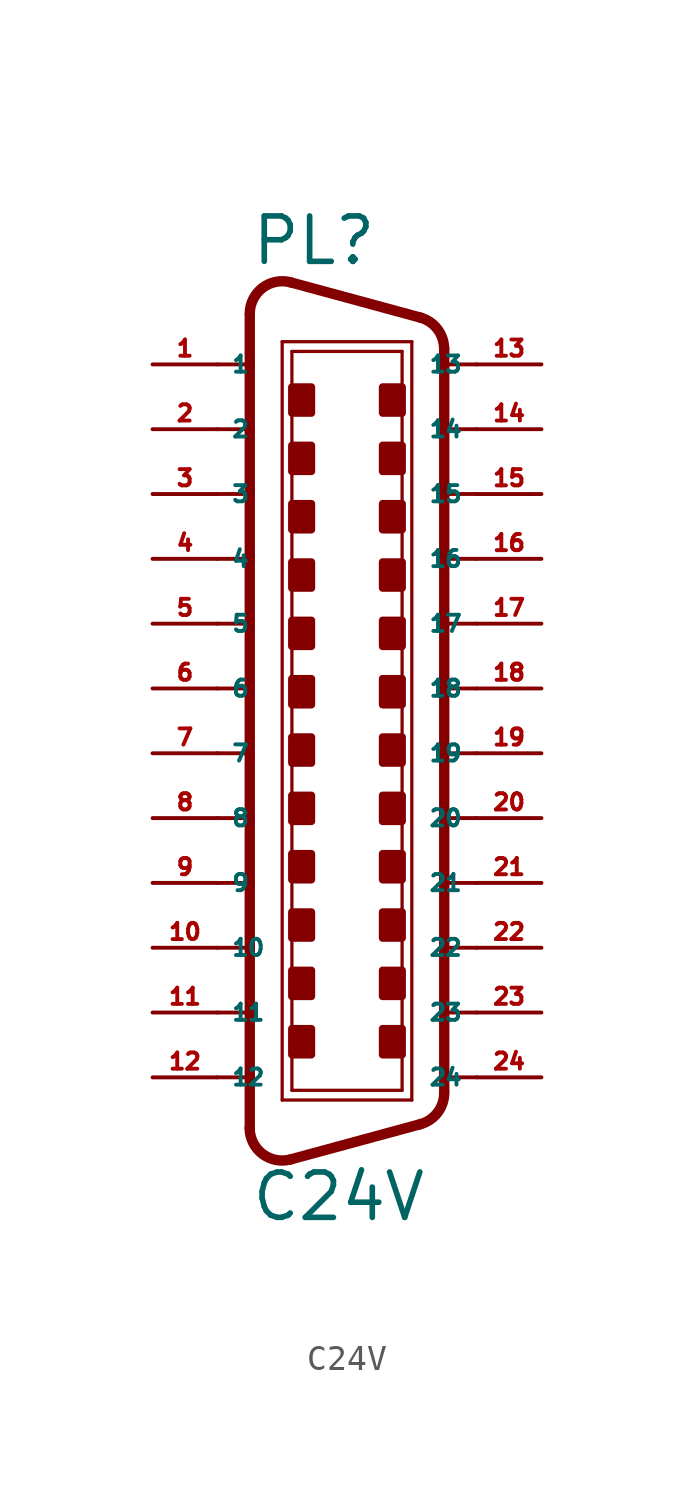
<source format=kicad_sym>
(kicad_symbol_lib
  (version 20220914)
  (generator Eagle2Kicad)
  (symbol "C24V"
    (property "Reference" "PL"
      (at -3.81 19.05 0)
      (effects (font (size 1.778 1.778) (thickness 0.22)) (justify left bottom)))
    (property "Value" "C24V"
      (at -3.81 -18.415 0)
      (effects (font (size 1.778 1.778) (thickness 0.22)) (justify left bottom)))
    (polyline
      (pts (xy -2.54 16.129) (xy 2.54 16.129))
      (stroke (width 0.127) (type default))
      (fill (type none)))
    (polyline
      (pts (xy -2.54 -13.589) (xy 2.54 -13.589))
      (stroke (width 0.127) (type default))
      (fill (type none)))
    (polyline
      (pts (xy -2.159 15.748) (xy 2.159 15.748))
      (stroke (width 0.127) (type default))
      (fill (type none)))
    (polyline
      (pts (xy 2.159 -13.208) (xy -2.159 -13.208))
      (stroke (width 0.127) (type default))
      (fill (type none)))
    (polyline
      (pts (xy 2.873 17.075) (xy -2.207 18.455))
      (stroke (width 0.406) (type default))
      (fill (type none)))
    (polyline
      (pts (xy 2.873 -14.535) (xy -2.207 -15.915))
      (stroke (width 0.406) (type default))
      (fill (type none)))
    (polyline
      (pts (xy -2.54 -13.589) (xy -2.54 16.129))
      (stroke (width 0.127) (type default))
      (fill (type none)))
    (polyline
      (pts (xy -3.81 17.184) (xy -3.81 15.24))
      (stroke (width 0.406) (type default))
      (fill (type none)))
    (polyline
      (pts (xy -3.81 15.24) (xy -3.81 12.7))
      (stroke (width 0.406) (type default))
      (fill (type none)))
    (polyline
      (pts (xy -3.81 12.7) (xy -3.81 10.16))
      (stroke (width 0.406) (type default))
      (fill (type none)))
    (polyline
      (pts (xy -3.81 10.16) (xy -3.81 7.62))
      (stroke (width 0.406) (type default))
      (fill (type none)))
    (polyline
      (pts (xy -3.81 7.62) (xy -3.81 5.08))
      (stroke (width 0.406) (type default))
      (fill (type none)))
    (polyline
      (pts (xy -3.81 5.08) (xy -3.81 2.54))
      (stroke (width 0.406) (type default))
      (fill (type none)))
    (polyline
      (pts (xy -3.81 2.54) (xy -3.81 0))
      (stroke (width 0.406) (type default))
      (fill (type none)))
    (polyline
      (pts (xy -3.81 0) (xy -3.81 -2.54))
      (stroke (width 0.406) (type default))
      (fill (type none)))
    (polyline
      (pts (xy -3.81 -2.54) (xy -3.81 -5.08))
      (stroke (width 0.406) (type default))
      (fill (type none)))
    (polyline
      (pts (xy -3.81 -5.08) (xy -3.81 -7.62))
      (stroke (width 0.406) (type default))
      (fill (type none)))
    (polyline
      (pts (xy -3.81 -7.62) (xy -3.81 -10.16))
      (stroke (width 0.406) (type default))
      (fill (type none)))
    (polyline
      (pts (xy -3.81 -10.16) (xy -3.81 -12.7))
      (stroke (width 0.406) (type default))
      (fill (type none)))
    (polyline
      (pts (xy -3.81 -12.7) (xy -3.81 -14.69))
      (stroke (width 0.406) (type default))
      (fill (type none)))
    (arc
      (start -3.81 -14.6898)
      (mid -3.311 -15.699)
      (end -2.207 -15.9154)
      (stroke (width 0.4064) (type default))
      (fill (type none)))
    (arc
      (start -2.207 18.4553)
      (mid -3.311 18.239)
      (end -3.81 17.2298)
      (stroke (width 0.4064) (type default))
      (fill (type none)))
    (polyline
      (pts (xy -2.159 -13.208) (xy -2.159 15.748))
      (stroke (width 0.127) (type default))
      (fill (type none)))
    (polyline
      (pts (xy 2.54 -13.589) (xy 2.54 16.129))
      (stroke (width 0.127) (type default))
      (fill (type none)))
    (polyline
      (pts (xy 3.81 -13.264) (xy 3.81 -12.7))
      (stroke (width 0.406) (type default))
      (fill (type none)))
    (polyline
      (pts (xy 3.81 -12.7) (xy 3.81 -10.16))
      (stroke (width 0.406) (type default))
      (fill (type none)))
    (polyline
      (pts (xy 3.81 -10.16) (xy 3.81 -7.62))
      (stroke (width 0.406) (type default))
      (fill (type none)))
    (polyline
      (pts (xy 3.81 -7.62) (xy 3.81 -5.08))
      (stroke (width 0.406) (type default))
      (fill (type none)))
    (polyline
      (pts (xy 3.81 -5.08) (xy 3.81 -2.54))
      (stroke (width 0.406) (type default))
      (fill (type none)))
    (polyline
      (pts (xy 3.81 -2.54) (xy 3.81 0))
      (stroke (width 0.406) (type default))
      (fill (type none)))
    (polyline
      (pts (xy 3.81 0) (xy 3.81 2.54))
      (stroke (width 0.406) (type default))
      (fill (type none)))
    (polyline
      (pts (xy 3.81 2.54) (xy 3.81 5.08))
      (stroke (width 0.406) (type default))
      (fill (type none)))
    (polyline
      (pts (xy 3.81 5.08) (xy 3.81 7.62))
      (stroke (width 0.406) (type default))
      (fill (type none)))
    (polyline
      (pts (xy 3.81 7.62) (xy 3.81 10.16))
      (stroke (width 0.406) (type default))
      (fill (type none)))
    (polyline
      (pts (xy 3.81 10.16) (xy 3.81 12.7))
      (stroke (width 0.406) (type default))
      (fill (type none)))
    (polyline
      (pts (xy 3.81 12.7) (xy 3.81 15.24))
      (stroke (width 0.406) (type default))
      (fill (type none)))
    (polyline
      (pts (xy 3.81 15.24) (xy 3.81 15.85))
      (stroke (width 0.406) (type default))
      (fill (type none)))
    (arc
      (start 2.873 -14.5351)
      (mid 3.549 -14.081)
      (end 3.81 -13.3096)
      (stroke (width 0.4064) (type default))
      (fill (type none)))
    (polyline
      (pts (xy 2.159 15.748) (xy 2.159 -13.208))
      (stroke (width 0.127) (type default))
      (fill (type none)))
    (arc
      (start 3.81 15.8496)
      (mid 3.549 16.621)
      (end 2.873 17.0752)
      (stroke (width 0.4064) (type default))
      (fill (type none)))
    (polyline
      (pts (xy -5.08 15.24) (xy -3.81 15.24))
      (stroke (width 0.152) (type default))
      (fill (type none)))
    (polyline
      (pts (xy -5.08 12.7) (xy -3.81 12.7))
      (stroke (width 0.152) (type default))
      (fill (type none)))
    (polyline
      (pts (xy -5.08 10.16) (xy -3.81 10.16))
      (stroke (width 0.152) (type default))
      (fill (type none)))
    (polyline
      (pts (xy -5.08 -5.08) (xy -3.81 -5.08))
      (stroke (width 0.152) (type default))
      (fill (type none)))
    (polyline
      (pts (xy -5.08 -7.62) (xy -3.81 -7.62))
      (stroke (width 0.152) (type default))
      (fill (type none)))
    (polyline
      (pts (xy -5.08 -10.16) (xy -3.81 -10.16))
      (stroke (width 0.152) (type default))
      (fill (type none)))
    (polyline
      (pts (xy -5.08 -12.7) (xy -3.81 -12.7))
      (stroke (width 0.152) (type default))
      (fill (type none)))
    (polyline
      (pts (xy 5.08 -12.7) (xy 3.81 -12.7))
      (stroke (width 0.152) (type default))
      (fill (type none)))
    (polyline
      (pts (xy 5.08 -10.16) (xy 3.81 -10.16))
      (stroke (width 0.152) (type default))
      (fill (type none)))
    (polyline
      (pts (xy 5.08 -7.62) (xy 3.81 -7.62))
      (stroke (width 0.152) (type default))
      (fill (type none)))
    (polyline
      (pts (xy 5.08 -5.08) (xy 3.81 -5.08))
      (stroke (width 0.152) (type default))
      (fill (type none)))
    (polyline
      (pts (xy 5.08 10.16) (xy 3.81 10.16))
      (stroke (width 0.152) (type default))
      (fill (type none)))
    (polyline
      (pts (xy 5.08 12.7) (xy 3.81 12.7))
      (stroke (width 0.152) (type default))
      (fill (type none)))
    (polyline
      (pts (xy 5.08 15.24) (xy 3.81 15.24))
      (stroke (width 0.152) (type default))
      (fill (type none)))
    (polyline
      (pts (xy 5.08 7.62) (xy 3.81 7.62))
      (stroke (width 0.152) (type default))
      (fill (type none)))
    (polyline
      (pts (xy 5.08 5.08) (xy 3.81 5.08))
      (stroke (width 0.152) (type default))
      (fill (type none)))
    (polyline
      (pts (xy 5.08 2.54) (xy 3.81 2.54))
      (stroke (width 0.152) (type default))
      (fill (type none)))
    (polyline
      (pts (xy 5.08 0) (xy 3.81 0))
      (stroke (width 0.152) (type default))
      (fill (type none)))
    (polyline
      (pts (xy 5.08 -2.54) (xy 3.81 -2.54))
      (stroke (width 0.152) (type default))
      (fill (type none)))
    (polyline
      (pts (xy -3.81 7.62) (xy -5.08 7.62))
      (stroke (width 0.152) (type default))
      (fill (type none)))
    (polyline
      (pts (xy -3.81 5.08) (xy -5.08 5.08))
      (stroke (width 0.152) (type default))
      (fill (type none)))
    (polyline
      (pts (xy -3.81 2.54) (xy -5.08 2.54))
      (stroke (width 0.152) (type default))
      (fill (type none)))
    (polyline
      (pts (xy -3.81 0) (xy -5.08 0))
      (stroke (width 0.152) (type default))
      (fill (type none)))
    (polyline
      (pts (xy -3.81 -2.54) (xy -5.08 -2.54))
      (stroke (width 0.152) (type default))
      (fill (type none)))
    (rectangle
      (start -2.159 13.335)
      (end -1.397 14.351)
      (stroke (width 0.3) (type default))
      (fill (type outline)))
    (rectangle
      (start -2.159 11.049)
      (end -1.397 12.065)
      (stroke (width 0.3) (type default))
      (fill (type outline)))
    (rectangle
      (start 1.397 13.335)
      (end 2.159 14.351)
      (stroke (width 0.3) (type default))
      (fill (type outline)))
    (rectangle
      (start 1.397 11.049)
      (end 2.159 12.065)
      (stroke (width 0.3) (type default))
      (fill (type outline)))
    (rectangle
      (start -2.159 8.763)
      (end -1.397 9.779)
      (stroke (width 0.3) (type default))
      (fill (type outline)))
    (rectangle
      (start -2.159 6.477)
      (end -1.397 7.493)
      (stroke (width 0.3) (type default))
      (fill (type outline)))
    (rectangle
      (start 1.397 8.763)
      (end 2.159 9.779)
      (stroke (width 0.3) (type default))
      (fill (type outline)))
    (rectangle
      (start 1.397 6.477)
      (end 2.159 7.493)
      (stroke (width 0.3) (type default))
      (fill (type outline)))
    (rectangle
      (start -2.159 4.191)
      (end -1.397 5.207)
      (stroke (width 0.3) (type default))
      (fill (type outline)))
    (rectangle
      (start -2.159 -4.953)
      (end -1.397 -3.937)
      (stroke (width 0.3) (type default))
      (fill (type outline)))
    (rectangle
      (start 1.397 -4.953)
      (end 2.159 -3.937)
      (stroke (width 0.3) (type default))
      (fill (type outline)))
    (rectangle
      (start 1.397 -7.239)
      (end 2.159 -6.223)
      (stroke (width 0.3) (type default))
      (fill (type outline)))
    (rectangle
      (start -2.159 -7.239)
      (end -1.397 -6.223)
      (stroke (width 0.3) (type default))
      (fill (type outline)))
    (rectangle
      (start -2.159 -9.525)
      (end -1.397 -8.509)
      (stroke (width 0.3) (type default))
      (fill (type outline)))
    (rectangle
      (start 1.397 -2.667)
      (end 2.159 -1.651)
      (stroke (width 0.3) (type default))
      (fill (type outline)))
    (rectangle
      (start 1.397 -9.525)
      (end 2.159 -8.509)
      (stroke (width 0.3) (type default))
      (fill (type outline)))
    (rectangle
      (start -2.159 -11.811)
      (end -1.397 -10.795)
      (stroke (width 0.3) (type default))
      (fill (type outline)))
    (rectangle
      (start 1.397 -11.811)
      (end 2.159 -10.795)
      (stroke (width 0.3) (type default))
      (fill (type outline)))
    (rectangle
      (start -2.159 1.905)
      (end -1.397 2.921)
      (stroke (width 0.3) (type default))
      (fill (type outline)))
    (rectangle
      (start -2.159 -0.381)
      (end -1.397 0.635)
      (stroke (width 0.3) (type default))
      (fill (type outline)))
    (rectangle
      (start -2.159 -2.667)
      (end -1.397 -1.651)
      (stroke (width 0.3) (type default))
      (fill (type outline)))
    (rectangle
      (start 1.397 -0.381)
      (end 2.159 0.635)
      (stroke (width 0.3) (type default))
      (fill (type outline)))
    (rectangle
      (start 1.397 1.905)
      (end 2.159 2.921)
      (stroke (width 0.3) (type default))
      (fill (type outline)))
    (rectangle
      (start 1.397 4.191)
      (end 2.159 5.207)
      (stroke (width 0.3) (type default))
      (fill (type outline)))
    (pin passive line
      (at -7.62 15.24 0)
      (length 2.54)
      (name "1" (effects (font (size 0.635 0.635) (thickness 0.08)) (justify left bottom)))
      (number "1" (effects (font (size 0.635 0.635) (thickness 0.08)) (justify left bottom))))
    (pin passive line
      (at -7.62 12.7 0)
      (length 2.54)
      (name "2" (effects (font (size 0.635 0.635) (thickness 0.08)) (justify left bottom)))
      (number "2" (effects (font (size 0.635 0.635) (thickness 0.08)) (justify left bottom))))
    (pin passive line
      (at -7.62 10.16 0)
      (length 2.54)
      (name "3" (effects (font (size 0.635 0.635) (thickness 0.08)) (justify left bottom)))
      (number "3" (effects (font (size 0.635 0.635) (thickness 0.08)) (justify left bottom))))
    (pin passive line
      (at -7.62 7.62 0)
      (length 2.54)
      (name "4" (effects (font (size 0.635 0.635) (thickness 0.08)) (justify left bottom)))
      (number "4" (effects (font (size 0.635 0.635) (thickness 0.08)) (justify left bottom))))
    (pin passive line
      (at -7.62 5.08 0)
      (length 2.54)
      (name "5" (effects (font (size 0.635 0.635) (thickness 0.08)) (justify left bottom)))
      (number "5" (effects (font (size 0.635 0.635) (thickness 0.08)) (justify left bottom))))
    (pin passive line
      (at -7.62 2.54 0)
      (length 2.54)
      (name "6" (effects (font (size 0.635 0.635) (thickness 0.08)) (justify left bottom)))
      (number "6" (effects (font (size 0.635 0.635) (thickness 0.08)) (justify left bottom))))
    (pin passive line
      (at -7.62 0 0)
      (length 2.54)
      (name "7" (effects (font (size 0.635 0.635) (thickness 0.08)) (justify left bottom)))
      (number "7" (effects (font (size 0.635 0.635) (thickness 0.08)) (justify left bottom))))
    (pin passive line
      (at -7.62 -2.54 0)
      (length 2.54)
      (name "8" (effects (font (size 0.635 0.635) (thickness 0.08)) (justify left bottom)))
      (number "8" (effects (font (size 0.635 0.635) (thickness 0.08)) (justify left bottom))))
    (pin passive line
      (at -7.62 -5.08 0)
      (length 2.54)
      (name "9" (effects (font (size 0.635 0.635) (thickness 0.08)) (justify left bottom)))
      (number "9" (effects (font (size 0.635 0.635) (thickness 0.08)) (justify left bottom))))
    (pin passive line
      (at -7.62 -7.62 0)
      (length 2.54)
      (name "10" (effects (font (size 0.635 0.635) (thickness 0.08)) (justify left bottom)))
      (number "10" (effects (font (size 0.635 0.635) (thickness 0.08)) (justify left bottom))))
    (pin passive line
      (at -7.62 -10.16 0)
      (length 2.54)
      (name "11" (effects (font (size 0.635 0.635) (thickness 0.08)) (justify left bottom)))
      (number "11" (effects (font (size 0.635 0.635) (thickness 0.08)) (justify left bottom))))
    (pin passive line
      (at -7.62 -12.7 0)
      (length 2.54)
      (name "12" (effects (font (size 0.635 0.635) (thickness 0.08)) (justify left bottom)))
      (number "12" (effects (font (size 0.635 0.635) (thickness 0.08)) (justify left bottom))))
    (pin passive line
      (at 7.62 15.24 180)
      (length 2.54)
      (name "13" (effects (font (size 0.635 0.635) (thickness 0.08)) (justify left bottom)))
      (number "13" (effects (font (size 0.635 0.635) (thickness 0.08)) (justify left bottom))))
    (pin passive line
      (at 7.62 12.7 180)
      (length 2.54)
      (name "14" (effects (font (size 0.635 0.635) (thickness 0.08)) (justify left bottom)))
      (number "14" (effects (font (size 0.635 0.635) (thickness 0.08)) (justify left bottom))))
    (pin passive line
      (at 7.62 10.16 180)
      (length 2.54)
      (name "15" (effects (font (size 0.635 0.635) (thickness 0.08)) (justify left bottom)))
      (number "15" (effects (font (size 0.635 0.635) (thickness 0.08)) (justify left bottom))))
    (pin passive line
      (at 7.62 7.62 180)
      (length 2.54)
      (name "16" (effects (font (size 0.635 0.635) (thickness 0.08)) (justify left bottom)))
      (number "16" (effects (font (size 0.635 0.635) (thickness 0.08)) (justify left bottom))))
    (pin passive line
      (at 7.62 5.08 180)
      (length 2.54)
      (name "17" (effects (font (size 0.635 0.635) (thickness 0.08)) (justify left bottom)))
      (number "17" (effects (font (size 0.635 0.635) (thickness 0.08)) (justify left bottom))))
    (pin passive line
      (at 7.62 2.54 180)
      (length 2.54)
      (name "18" (effects (font (size 0.635 0.635) (thickness 0.08)) (justify left bottom)))
      (number "18" (effects (font (size 0.635 0.635) (thickness 0.08)) (justify left bottom))))
    (pin passive line
      (at 7.62 0 180)
      (length 2.54)
      (name "19" (effects (font (size 0.635 0.635) (thickness 0.08)) (justify left bottom)))
      (number "19" (effects (font (size 0.635 0.635) (thickness 0.08)) (justify left bottom))))
    (pin passive line
      (at 7.62 -2.54 180)
      (length 2.54)
      (name "20" (effects (font (size 0.635 0.635) (thickness 0.08)) (justify left bottom)))
      (number "20" (effects (font (size 0.635 0.635) (thickness 0.08)) (justify left bottom))))
    (pin passive line
      (at 7.62 -5.08 180)
      (length 2.54)
      (name "21" (effects (font (size 0.635 0.635) (thickness 0.08)) (justify left bottom)))
      (number "21" (effects (font (size 0.635 0.635) (thickness 0.08)) (justify left bottom))))
    (pin passive line
      (at 7.62 -7.62 180)
      (length 2.54)
      (name "22" (effects (font (size 0.635 0.635) (thickness 0.08)) (justify left bottom)))
      (number "22" (effects (font (size 0.635 0.635) (thickness 0.08)) (justify left bottom))))
    (pin passive line
      (at 7.62 -10.16 180)
      (length 2.54)
      (name "23" (effects (font (size 0.635 0.635) (thickness 0.08)) (justify left bottom)))
      (number "23" (effects (font (size 0.635 0.635) (thickness 0.08)) (justify left bottom))))
    (pin passive line
      (at 7.62 -12.7 180)
      (length 2.54)
      (name "24" (effects (font (size 0.635 0.635) (thickness 0.08)) (justify left bottom)))
      (number "24" (effects (font (size 0.635 0.635) (thickness 0.08)) (justify left bottom))))))
</source>
